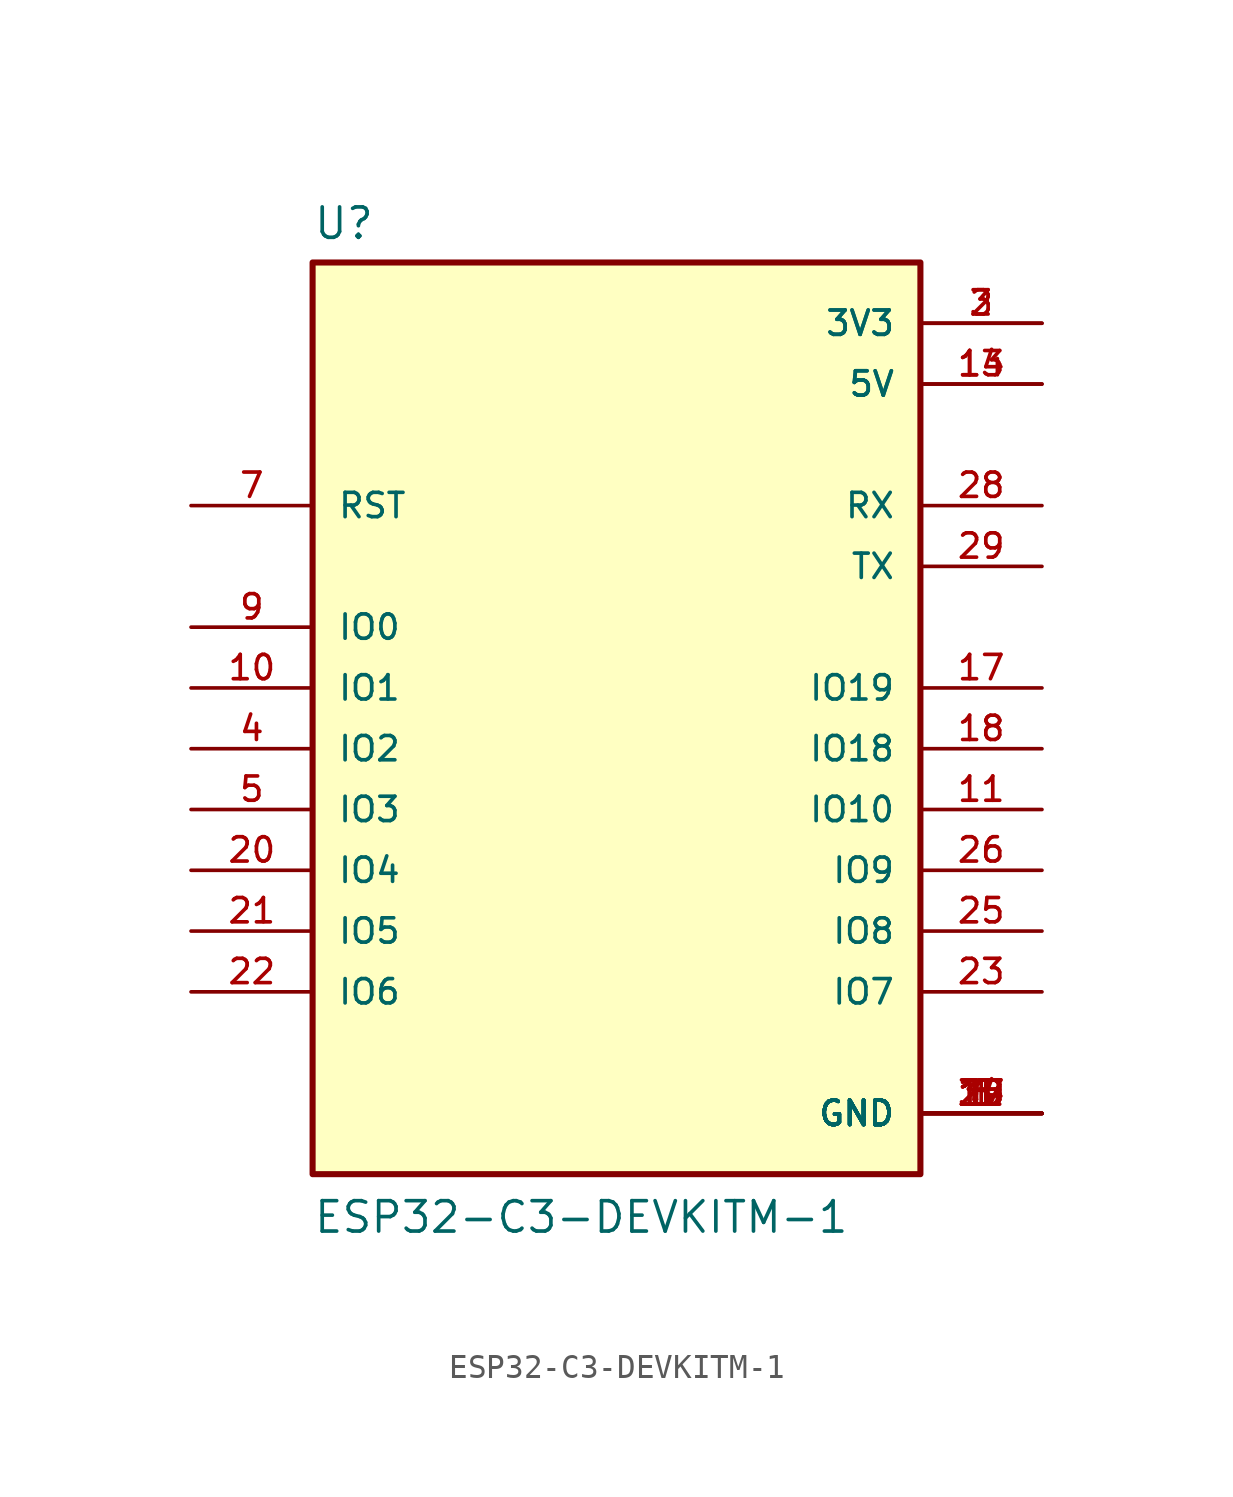
<source format=kicad_sym>
(kicad_symbol_lib
  (version 20231120)
  (generator "kicad_symbol_editor")
  (generator_version "8.0")
  (symbol "ESP32-C3-DEVKITM-1"
    (pin_names
      (offset 1.016))
    (property "Reference" "U"
      (at -12.7 18.669 0)
      (effects (font (size 1.27 1.27)) (justify left bottom)))
    (property "Value" "ESP32-C3-DEVKITM-1"
      (at -12.7 -22.86 0)
      (effects (font (size 1.27 1.27)) (justify left bottom)))
    (symbol "ESP32-C3-DEVKITM-1_0_0"
      (rectangle (start -12.7 -20.32) (end 12.7 17.78) (stroke (width 0.254) (type default)) (fill (type background)))
      (pin power_in line (at 17.78 -17.78 180) (length 5.08) (name "GND" (effects (font (size 1.016 1.016)))) (number "1" (effects (font (size 1.016 1.016)))))
      (pin bidirectional line (at -17.78 0 0) (length 5.08) (name "IO1" (effects (font (size 1.016 1.016)))) (number "10" (effects (font (size 1.016 1.016)))))
      (pin bidirectional line (at 17.78 -5.08 180) (length 5.08) (name "IO10" (effects (font (size 1.016 1.016)))) (number "11" (effects (font (size 1.016 1.016)))))
      (pin power_in line (at 17.78 -17.78 180) (length 5.08) (name "GND" (effects (font (size 1.016 1.016)))) (number "12" (effects (font (size 1.016 1.016)))))
      (pin power_in line (at 17.78 12.7 180) (length 5.08) (name "5V" (effects (font (size 1.016 1.016)))) (number "13" (effects (font (size 1.016 1.016)))))
      (pin power_in line (at 17.78 12.7 180) (length 5.08) (name "5V" (effects (font (size 1.016 1.016)))) (number "14" (effects (font (size 1.016 1.016)))))
      (pin power_in line (at 17.78 -17.78 180) (length 5.08) (name "GND" (effects (font (size 1.016 1.016)))) (number "15" (effects (font (size 1.016 1.016)))))
      (pin power_in line (at 17.78 -17.78 180) (length 5.08) (name "GND" (effects (font (size 1.016 1.016)))) (number "16" (effects (font (size 1.016 1.016)))))
      (pin bidirectional line (at 17.78 0 180) (length 5.08) (name "IO19" (effects (font (size 1.016 1.016)))) (number "17" (effects (font (size 1.016 1.016)))))
      (pin bidirectional line (at 17.78 -2.54 180) (length 5.08) (name "IO18" (effects (font (size 1.016 1.016)))) (number "18" (effects (font (size 1.016 1.016)))))
      (pin power_in line (at 17.78 -17.78 180) (length 5.08) (name "GND" (effects (font (size 1.016 1.016)))) (number "19" (effects (font (size 1.016 1.016)))))
      (pin power_in line (at 17.78 15.24 180) (length 5.08) (name "3V3" (effects (font (size 1.016 1.016)))) (number "2" (effects (font (size 1.016 1.016)))))
      (pin bidirectional line (at -17.78 -7.62 0) (length 5.08) (name "IO4" (effects (font (size 1.016 1.016)))) (number "20" (effects (font (size 1.016 1.016)))))
      (pin bidirectional line (at -17.78 -10.16 0) (length 5.08) (name "IO5" (effects (font (size 1.016 1.016)))) (number "21" (effects (font (size 1.016 1.016)))))
      (pin bidirectional line (at -17.78 -12.7 0) (length 5.08) (name "IO6" (effects (font (size 1.016 1.016)))) (number "22" (effects (font (size 1.016 1.016)))))
      (pin bidirectional line (at 17.78 -12.7 180) (length 5.08) (name "IO7" (effects (font (size 1.016 1.016)))) (number "23" (effects (font (size 1.016 1.016)))))
      (pin power_in line (at 17.78 -17.78 180) (length 5.08) (name "GND" (effects (font (size 1.016 1.016)))) (number "24" (effects (font (size 1.016 1.016)))))
      (pin bidirectional line (at 17.78 -10.16 180) (length 5.08) (name "IO8" (effects (font (size 1.016 1.016)))) (number "25" (effects (font (size 1.016 1.016)))))
      (pin bidirectional line (at 17.78 -7.62 180) (length 5.08) (name "IO9" (effects (font (size 1.016 1.016)))) (number "26" (effects (font (size 1.016 1.016)))))
      (pin power_in line (at 17.78 -17.78 180) (length 5.08) (name "GND" (effects (font (size 1.016 1.016)))) (number "27" (effects (font (size 1.016 1.016)))))
      (pin bidirectional line (at 17.78 7.62 180) (length 5.08) (name "RX" (effects (font (size 1.016 1.016)))) (number "28" (effects (font (size 1.016 1.016)))))
      (pin bidirectional line (at 17.78 5.08 180) (length 5.08) (name "TX" (effects (font (size 1.016 1.016)))) (number "29" (effects (font (size 1.016 1.016)))))
      (pin power_in line (at 17.78 15.24 180) (length 5.08) (name "3V3" (effects (font (size 1.016 1.016)))) (number "3" (effects (font (size 1.016 1.016)))))
      (pin power_in line (at 17.78 -17.78 180) (length 5.08) (name "GND" (effects (font (size 1.016 1.016)))) (number "30" (effects (font (size 1.016 1.016)))))
      (pin bidirectional line (at -17.78 -2.54 0) (length 5.08) (name "IO2" (effects (font (size 1.016 1.016)))) (number "4" (effects (font (size 1.016 1.016)))))
      (pin bidirectional line (at -17.78 -5.08 0) (length 5.08) (name "IO3" (effects (font (size 1.016 1.016)))) (number "5" (effects (font (size 1.016 1.016)))))
      (pin power_in line (at 17.78 -17.78 180) (length 5.08) (name "GND" (effects (font (size 1.016 1.016)))) (number "6" (effects (font (size 1.016 1.016)))))
      (pin input line (at -17.78 7.62 0) (length 5.08) (name "RST" (effects (font (size 1.016 1.016)))) (number "7" (effects (font (size 1.016 1.016)))))
      (pin power_in line (at 17.78 -17.78 180) (length 5.08) (name "GND" (effects (font (size 1.016 1.016)))) (number "8" (effects (font (size 1.016 1.016)))))
      (pin bidirectional line (at -17.78 2.54 0) (length 5.08) (name "IO0" (effects (font (size 1.016 1.016)))) (number "9" (effects (font (size 1.016 1.016))))))))
</source>
